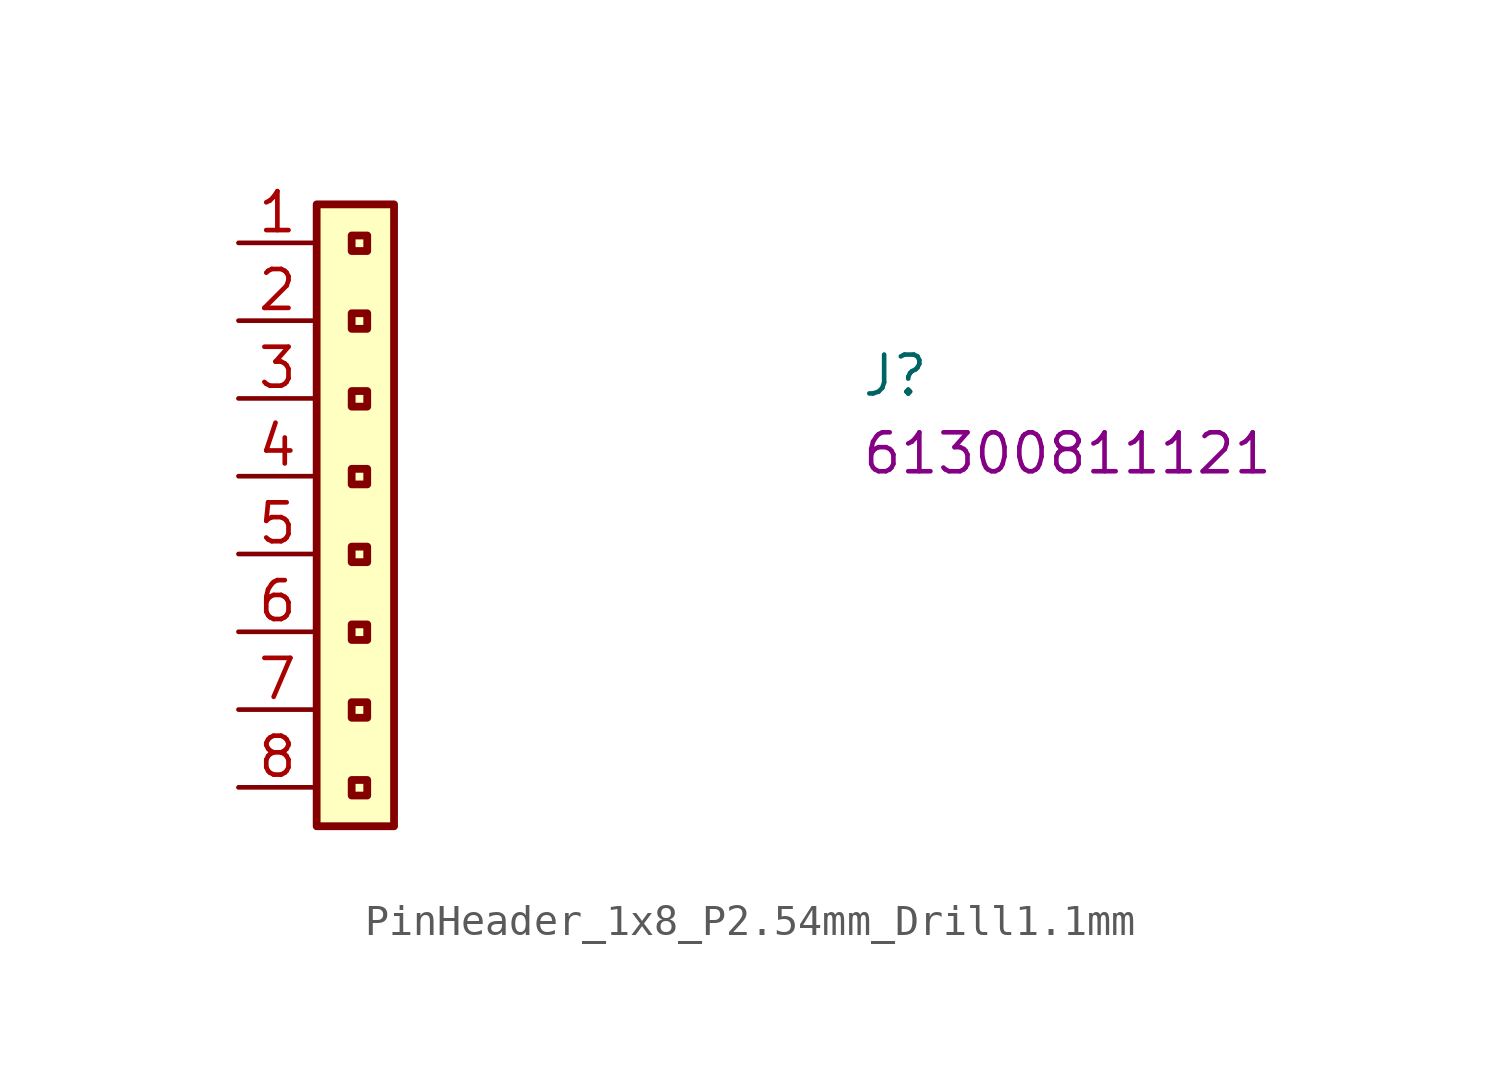
<source format=kicad_sym>
(kicad_symbol_lib
  (version 20220914)
  (generator kicad_symbol_editor)
  (symbol "PinHeader_1x8_P2.54mm_Drill1.1mm"
    (property "Reference" "J"
      (at 20.32 -5.08 0)
      (effects (font (size 1.27 1.27) (thickness 0.15)) (justify left bottom)))
    (property "MPN" "61300811121"
      (at 20.32 -7.62 0)
      (effects (font (size 1.27 1.27) (thickness 0.15)) (justify left bottom)))
    (symbol "PinHeader_1x8_P2.54mm_Drill1.1mm_1_1"
      (rectangle (start 2.553 1.257) (end 5.08 -19.05) (stroke (width 0.254) (type default)) (fill (type background)))
      (rectangle (start 4.204 -18.047) (end 3.696 -17.539) (stroke (width 0.254) (type default)) (fill (type none)))
      (rectangle (start 4.204 -15.507) (end 3.696 -14.999) (stroke (width 0.254) (type default)) (fill (type none)))
      (rectangle (start 4.204 -12.967) (end 3.696 -12.459) (stroke (width 0.254) (type default)) (fill (type none)))
      (rectangle (start 4.204 -10.427) (end 3.696 -9.919) (stroke (width 0.254) (type default)) (fill (type none)))
      (rectangle (start 4.204 -7.887) (end 3.696 -7.379) (stroke (width 0.254) (type default)) (fill (type none)))
      (rectangle (start 4.204 -5.347) (end 3.696 -4.839) (stroke (width 0.254) (type default)) (fill (type none)))
      (rectangle (start 4.204 -2.807) (end 3.696 -2.299) (stroke (width 0.254) (type default)) (fill (type none)))
      (rectangle (start 4.204 -0.267) (end 3.696 0.241) (stroke (width 0.254) (type default)) (fill (type none)))
      (pin passive line (at 0 0 0) (length 2.54) (name "~" (effects (font (size 1.27 1.27)))) (number "1" (effects (font (size 1.27 1.27)))))
      (pin passive line (at 0 -2.54 0) (length 2.54) (name "~" (effects (font (size 1.27 1.27)))) (number "2" (effects (font (size 1.27 1.27)))))
      (pin passive line (at 0 -5.08 0) (length 2.54) (name "~" (effects (font (size 1.27 1.27)))) (number "3" (effects (font (size 1.27 1.27)))))
      (pin passive line (at 0 -7.62 0) (length 2.54) (name "~" (effects (font (size 1.27 1.27)))) (number "4" (effects (font (size 1.27 1.27)))))
      (pin passive line (at 0 -10.16 0) (length 2.54) (name "~" (effects (font (size 1.27 1.27)))) (number "5" (effects (font (size 1.27 1.27)))))
      (pin passive line (at 0 -12.7 0) (length 2.54) (name "~" (effects (font (size 1.27 1.27)))) (number "6" (effects (font (size 1.27 1.27)))))
      (pin passive line (at 0 -15.24 0) (length 2.54) (name "~" (effects (font (size 1.27 1.27)))) (number "7" (effects (font (size 1.27 1.27)))))
      (pin passive line (at 0 -17.78 0) (length 2.54) (name "~" (effects (font (size 1.27 1.27)))) (number "8" (effects (font (size 1.27 1.27))))))))
</source>
